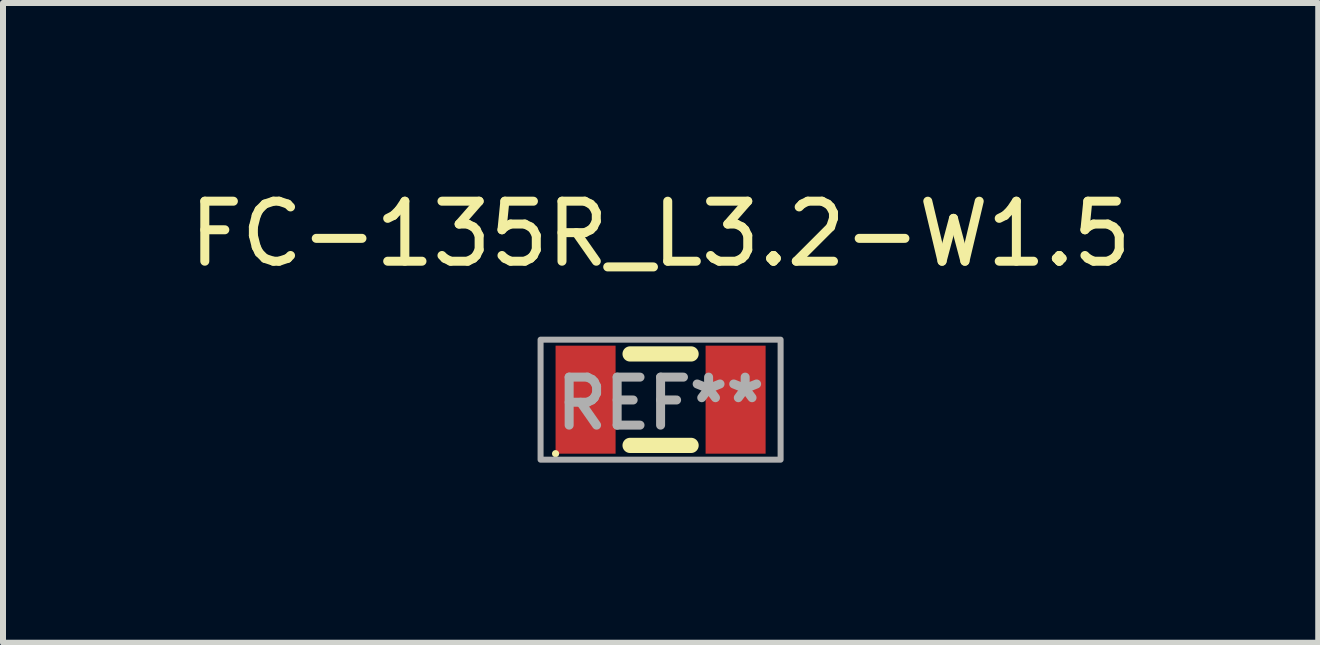
<source format=kicad_pcb>
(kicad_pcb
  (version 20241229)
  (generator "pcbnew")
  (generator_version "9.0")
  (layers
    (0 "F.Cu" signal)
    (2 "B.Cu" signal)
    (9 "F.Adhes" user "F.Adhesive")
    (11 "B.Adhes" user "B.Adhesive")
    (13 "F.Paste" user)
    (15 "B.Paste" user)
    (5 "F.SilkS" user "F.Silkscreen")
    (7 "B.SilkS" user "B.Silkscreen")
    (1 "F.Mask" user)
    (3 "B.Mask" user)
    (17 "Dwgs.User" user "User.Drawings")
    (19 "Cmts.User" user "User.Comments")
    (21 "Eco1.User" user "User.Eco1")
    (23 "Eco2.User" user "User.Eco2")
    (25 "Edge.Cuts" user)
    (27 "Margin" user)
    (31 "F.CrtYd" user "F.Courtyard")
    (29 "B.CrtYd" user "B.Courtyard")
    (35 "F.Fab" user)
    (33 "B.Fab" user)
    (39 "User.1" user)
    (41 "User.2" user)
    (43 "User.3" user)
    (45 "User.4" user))
  (footprint "FC-135R_L3.2-W1.5"
    (layer "F.Cu")
    (at 7.958 3.61)
    (property "Reference" "FC-135R_L3.2-W1.5" (at 0 -2.762 0) (layer "F.SilkS") (effects (font (size 1 1) (thickness 0.15))))
    (attr through_hole)
    (fp_line (start -0.508 -0.762) (end 0.508 -0.762) (stroke (width 0.254) (type solid)) (layer "F.SilkS"))
    (fp_line (start 0.508 0.762) (end -0.508 0.762) (stroke (width 0.254) (type solid)) (layer "F.SilkS"))
    (fp_circle (center -1.75 0.9) (end -1.72 0.9) (stroke (width 0.06) (type solid)) (fill no) (layer "F.SilkS"))
    (fp_rect (start -2 -1) (end 2 1) (stroke (width 0.1) (type default)) (fill no) (layer "F.Fab"))
    (fp_text user "REF**" (at 0 0.062 0) (layer "F.Fab") (effects (font (size 0.8 0.8) (thickness 0.15))))
    (pad "1" smd rect (at -1.25 0.000127 90) (size 1.8 1) (layers "F.Cu" "F.Mask" "F.Paste"))
    (pad "2" smd rect (at 1.25 0.000127 90) (size 1.8 1) (layers "F.Cu" "F.Mask" "F.Paste")))
  (gr_rect
    (start -3 -3)
    (end 18.917 7.66)
    (stroke (width 0.1) (type default))
    (fill no)
    (layer "Edge.Cuts")))
</source>
